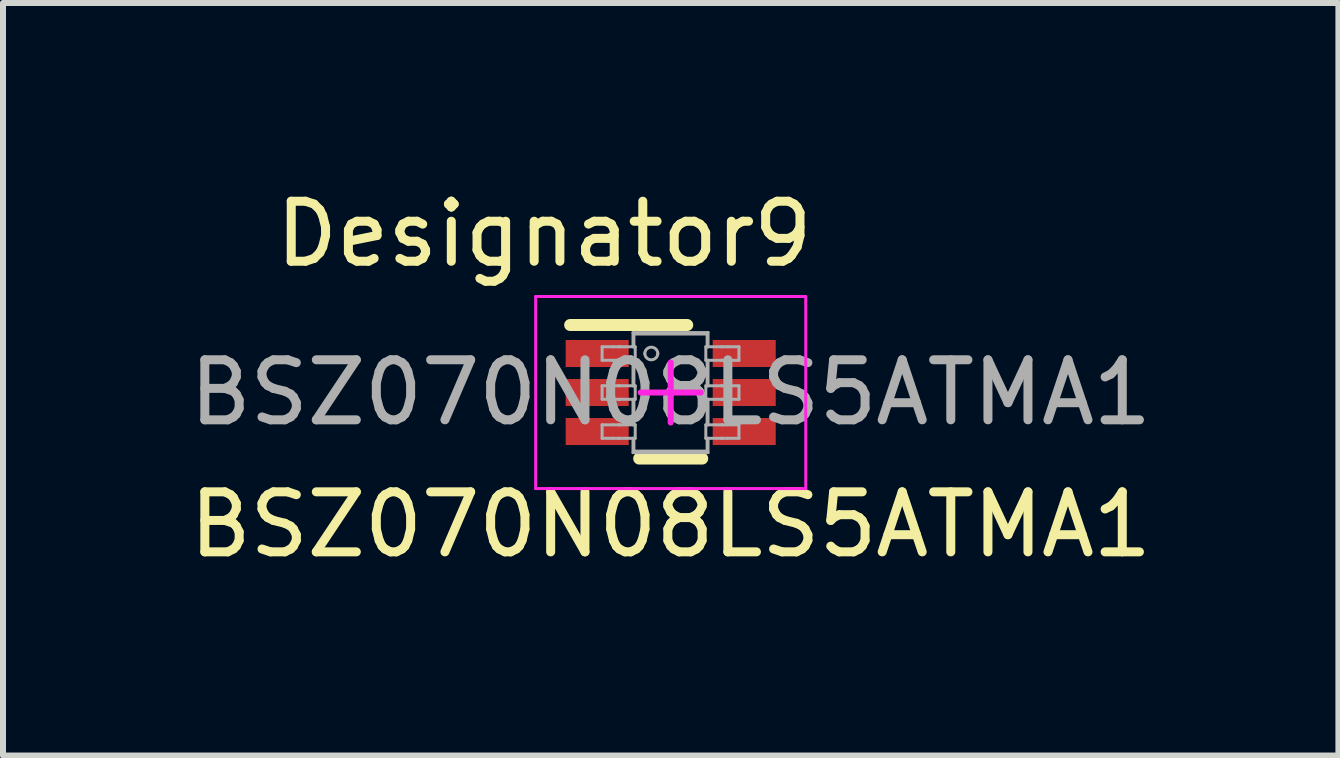
<source format=kicad_pcb>
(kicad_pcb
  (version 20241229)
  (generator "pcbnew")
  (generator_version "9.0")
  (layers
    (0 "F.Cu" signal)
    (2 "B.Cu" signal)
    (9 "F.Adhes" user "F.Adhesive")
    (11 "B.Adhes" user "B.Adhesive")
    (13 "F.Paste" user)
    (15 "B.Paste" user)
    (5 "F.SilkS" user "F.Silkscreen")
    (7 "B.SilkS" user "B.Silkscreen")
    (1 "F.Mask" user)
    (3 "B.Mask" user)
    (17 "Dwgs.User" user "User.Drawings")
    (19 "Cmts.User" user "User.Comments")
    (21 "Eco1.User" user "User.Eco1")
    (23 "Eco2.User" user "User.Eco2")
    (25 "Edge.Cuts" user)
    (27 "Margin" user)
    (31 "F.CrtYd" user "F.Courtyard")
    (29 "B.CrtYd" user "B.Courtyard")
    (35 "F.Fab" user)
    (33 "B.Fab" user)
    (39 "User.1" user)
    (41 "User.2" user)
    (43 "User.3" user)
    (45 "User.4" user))
  (footprint "BSZ070N08LS5ATMA1"
    (layer "F.Cu")
    (at 8.125 3.49)
    (property "Reference" "BSZ070N08LS5ATMA1" (at 0 2.2 0) (unlocked yes) (layer "F.SilkS") (effects (font (size 1 1) (thickness 0.15))))
    (attr smd)
    (fp_line (start -1.675 -1.125) (end 0.275 -1.125) (stroke (width 0.2) (type solid)) (layer "F.SilkS"))
    (fp_line (start -0.525 1.1) (end 0.525 1.1) (stroke (width 0.2) (type solid)) (layer "F.SilkS"))
    (fp_line (start -2.25 -1.6) (end 2.25 -1.6) (stroke (width 0.05) (type solid)) (layer "F.CrtYd"))
    (fp_line (start -2.25 1.6) (end -2.25 -1.6) (stroke (width 0.05) (type solid)) (layer "F.CrtYd"))
    (fp_line (start -2.25 1.6) (end 2.25 1.6) (stroke (width 0.05) (type solid)) (layer "F.CrtYd"))
    (fp_line (start -0.5 0) (end 0.5 0) (stroke (width 0.1) (type solid)) (layer "F.CrtYd"))
    (fp_line (start -0.000003 0.5) (end -0.000003 -0.5) (stroke (width 0.1) (type solid)) (layer "F.CrtYd"))
    (fp_line (start 2.25 1.6) (end 2.25 -1.6) (stroke (width 0.05) (type solid)) (layer "F.CrtYd"))
    (fp_line (start -1.143 -0.762) (end -0.959 -0.762) (stroke (width 0.05) (type solid)) (layer "F.Fab"))
    (fp_line (start -1.143 -0.537) (end -1.143 -0.762) (stroke (width 0.05) (type solid)) (layer "F.Fab"))
    (fp_line (start -1.143 -0.537) (end -0.959 -0.537) (stroke (width 0.05) (type solid)) (layer "F.Fab"))
    (fp_line (start -1.143 -0.112) (end -0.959 -0.112) (stroke (width 0.05) (type solid)) (layer "F.Fab"))
    (fp_line (start -1.143 0.113) (end -1.143 -0.112) (stroke (width 0.05) (type solid)) (layer "F.Fab"))
    (fp_line (start -1.143 0.113) (end -0.959 0.113) (stroke (width 0.05) (type solid)) (layer "F.Fab"))
    (fp_line (start -1.143 0.538) (end -0.959 0.538) (stroke (width 0.05) (type solid)) (layer "F.Fab"))
    (fp_line (start -1.143 0.763) (end -1.143 0.538) (stroke (width 0.05) (type solid)) (layer "F.Fab"))
    (fp_line (start -1.143 0.763) (end -0.959 0.763) (stroke (width 0.05) (type solid)) (layer "F.Fab"))
    (fp_line (start -0.959 -0.762) (end -0.865 -0.762) (stroke (width 0.05) (type solid)) (layer "F.Fab"))
    (fp_line (start -0.959 -0.537) (end -0.865 -0.537) (stroke (width 0.05) (type solid)) (layer "F.Fab"))
    (fp_line (start -0.959 -0.112) (end -0.865 -0.112) (stroke (width 0.05) (type solid)) (layer "F.Fab"))
    (fp_line (start -0.959 0.113) (end -0.865 0.113) (stroke (width 0.05) (type solid)) (layer "F.Fab"))
    (fp_line (start -0.959 0.538) (end -0.865 0.538) (stroke (width 0.05) (type solid)) (layer "F.Fab"))
    (fp_line (start -0.959 0.763) (end -0.865 0.763) (stroke (width 0.05) (type solid)) (layer "F.Fab"))
    (fp_line (start -0.865 -0.762) (end -0.853 -0.762) (stroke (width 0.05) (type solid)) (layer "F.Fab"))
    (fp_line (start -0.865 -0.537) (end -0.853 -0.537) (stroke (width 0.05) (type solid)) (layer "F.Fab"))
    (fp_line (start -0.865 -0.112) (end -0.853 -0.112) (stroke (width 0.05) (type solid)) (layer "F.Fab"))
    (fp_line (start -0.865 0.113) (end -0.853 0.113) (stroke (width 0.05) (type solid)) (layer "F.Fab"))
    (fp_line (start -0.865 0.538) (end -0.853 0.538) (stroke (width 0.05) (type solid)) (layer "F.Fab"))
    (fp_line (start -0.865 0.763) (end -0.853 0.763) (stroke (width 0.05) (type solid)) (layer "F.Fab"))
    (fp_line (start -0.853 -0.762) (end -0.628 -0.762) (stroke (width 0.05) (type solid)) (layer "F.Fab"))
    (fp_line (start -0.853 -0.537) (end -0.628 -0.537) (stroke (width 0.05) (type solid)) (layer "F.Fab"))
    (fp_line (start -0.853 -0.112) (end -0.628 -0.112) (stroke (width 0.05) (type solid)) (layer "F.Fab"))
    (fp_line (start -0.853 0.113) (end -0.628 0.113) (stroke (width 0.05) (type solid)) (layer "F.Fab"))
    (fp_line (start -0.853 0.538) (end -0.628 0.538) (stroke (width 0.05) (type solid)) (layer "F.Fab"))
    (fp_line (start -0.853 0.763) (end -0.628 0.763) (stroke (width 0.05) (type solid)) (layer "F.Fab"))
    (fp_line (start -0.628 -0.999) (end 0.622 -0.999) (stroke (width 0.05) (type solid)) (layer "F.Fab"))
    (fp_line (start -0.628 -0.762) (end -0.628 -0.999) (stroke (width 0.05) (type solid)) (layer "F.Fab"))
    (fp_line (start -0.628 -0.762) (end -0.591 -0.762) (stroke (width 0.05) (type solid)) (layer "F.Fab"))
    (fp_line (start -0.628 -0.537) (end -0.591 -0.537) (stroke (width 0.05) (type solid)) (layer "F.Fab"))
    (fp_line (start -0.628 -0.112) (end -0.628 -0.537) (stroke (width 0.05) (type solid)) (layer "F.Fab"))
    (fp_line (start -0.628 -0.112) (end -0.591 -0.112) (stroke (width 0.05) (type solid)) (layer "F.Fab"))
    (fp_line (start -0.628 0.113) (end -0.591 0.113) (stroke (width 0.05) (type solid)) (layer "F.Fab"))
    (fp_line (start -0.628 0.538) (end -0.628 0.113) (stroke (width 0.05) (type solid)) (layer "F.Fab"))
    (fp_line (start -0.628 0.538) (end -0.591 0.538) (stroke (width 0.05) (type solid)) (layer "F.Fab"))
    (fp_line (start -0.628 0.763) (end -0.591 0.763) (stroke (width 0.05) (type solid)) (layer "F.Fab"))
    (fp_line (start -0.628 1.001) (end -0.628 0.763) (stroke (width 0.05) (type solid)) (layer "F.Fab"))
    (fp_line (start -0.628 1.001) (end 0.622 1.001) (stroke (width 0.05) (type solid)) (layer "F.Fab"))
    (fp_line (start -0.613 -0.974) (end 0.607 -0.974) (stroke (width 0.05) (type solid)) (layer "F.Fab"))
    (fp_line (start -0.613 -0.762) (end -0.613 -0.974) (stroke (width 0.05) (type solid)) (layer "F.Fab"))
    (fp_line (start -0.613 -0.112) (end -0.613 -0.537) (stroke (width 0.05) (type solid)) (layer "F.Fab"))
    (fp_line (start -0.613 0.538) (end -0.613 0.113) (stroke (width 0.05) (type solid)) (layer "F.Fab"))
    (fp_line (start -0.613 0.976) (end -0.613 0.763) (stroke (width 0.05) (type solid)) (layer "F.Fab"))
    (fp_line (start -0.613 0.976) (end 0.607 0.976) (stroke (width 0.05) (type solid)) (layer "F.Fab"))
    (fp_line (start -0.591 -0.537) (end -0.591 -0.762) (stroke (width 0.05) (type solid)) (layer "F.Fab"))
    (fp_line (start -0.591 0.113) (end -0.591 -0.112) (stroke (width 0.05) (type solid)) (layer "F.Fab"))
    (fp_line (start -0.591 0.763) (end -0.591 0.538) (stroke (width 0.05) (type solid)) (layer "F.Fab"))
    (fp_line (start 0.585 -0.762) (end 0.622 -0.762) (stroke (width 0.05) (type solid)) (layer "F.Fab"))
    (fp_line (start 0.585 -0.537) (end 0.585 -0.762) (stroke (width 0.05) (type solid)) (layer "F.Fab"))
    (fp_line (start 0.585 -0.537) (end 0.622 -0.537) (stroke (width 0.05) (type solid)) (layer "F.Fab"))
    (fp_line (start 0.585 -0.112) (end 0.622 -0.112) (stroke (width 0.05) (type solid)) (layer "F.Fab"))
    (fp_line (start 0.585 0.113) (end 0.585 -0.112) (stroke (width 0.05) (type solid)) (layer "F.Fab"))
    (fp_line (start 0.585 0.113) (end 0.622 0.113) (stroke (width 0.05) (type solid)) (layer "F.Fab"))
    (fp_line (start 0.585 0.538) (end 0.622 0.538) (stroke (width 0.05) (type solid)) (layer "F.Fab"))
    (fp_line (start 0.585 0.763) (end 0.585 0.538) (stroke (width 0.05) (type solid)) (layer "F.Fab"))
    (fp_line (start 0.585 0.763) (end 0.622 0.763) (stroke (width 0.05) (type solid)) (layer "F.Fab"))
    (fp_line (start 0.607 -0.762) (end 0.607 -0.974) (stroke (width 0.05) (type solid)) (layer "F.Fab"))
    (fp_line (start 0.607 -0.112) (end 0.607 -0.537) (stroke (width 0.05) (type solid)) (layer "F.Fab"))
    (fp_line (start 0.607 0.538) (end 0.607 0.113) (stroke (width 0.05) (type solid)) (layer "F.Fab"))
    (fp_line (start 0.607 0.976) (end 0.607 0.763) (stroke (width 0.05) (type solid)) (layer "F.Fab"))
    (fp_line (start 0.622 -0.762) (end 0.622 -0.999) (stroke (width 0.05) (type solid)) (layer "F.Fab"))
    (fp_line (start 0.622 -0.762) (end 0.847 -0.762) (stroke (width 0.05) (type solid)) (layer "F.Fab"))
    (fp_line (start 0.622 -0.537) (end 0.847 -0.537) (stroke (width 0.05) (type solid)) (layer "F.Fab"))
    (fp_line (start 0.622 -0.112) (end 0.622 -0.537) (stroke (width 0.05) (type solid)) (layer "F.Fab"))
    (fp_line (start 0.622 -0.112) (end 0.847 -0.112) (stroke (width 0.05) (type solid)) (layer "F.Fab"))
    (fp_line (start 0.622 0.113) (end 0.847 0.113) (stroke (width 0.05) (type solid)) (layer "F.Fab"))
    (fp_line (start 0.622 0.538) (end 0.622 0.113) (stroke (width 0.05) (type solid)) (layer "F.Fab"))
    (fp_line (start 0.622 0.538) (end 0.847 0.538) (stroke (width 0.05) (type solid)) (layer "F.Fab"))
    (fp_line (start 0.622 0.763) (end 0.847 0.763) (stroke (width 0.05) (type solid)) (layer "F.Fab"))
    (fp_line (start 0.622 1.001) (end 0.622 0.763) (stroke (width 0.05) (type solid)) (layer "F.Fab"))
    (fp_line (start 0.847 -0.762) (end 0.859 -0.762) (stroke (width 0.05) (type solid)) (layer "F.Fab"))
    (fp_line (start 0.847 -0.537) (end 0.859 -0.537) (stroke (width 0.05) (type solid)) (layer "F.Fab"))
    (fp_line (start 0.847 -0.112) (end 0.859 -0.112) (stroke (width 0.05) (type solid)) (layer "F.Fab"))
    (fp_line (start 0.847 0.113) (end 0.859 0.113) (stroke (width 0.05) (type solid)) (layer "F.Fab"))
    (fp_line (start 0.847 0.538) (end 0.859 0.538) (stroke (width 0.05) (type solid)) (layer "F.Fab"))
    (fp_line (start 0.847 0.763) (end 0.859 0.763) (stroke (width 0.05) (type solid)) (layer "F.Fab"))
    (fp_line (start 0.859 -0.762) (end 0.953 -0.762) (stroke (width 0.05) (type solid)) (layer "F.Fab"))
    (fp_line (start 0.859 -0.537) (end 0.953 -0.537) (stroke (width 0.05) (type solid)) (layer "F.Fab"))
    (fp_line (start 0.859 -0.112) (end 0.953 -0.112) (stroke (width 0.05) (type solid)) (layer "F.Fab"))
    (fp_line (start 0.859 0.113) (end 0.953 0.113) (stroke (width 0.05) (type solid)) (layer "F.Fab"))
    (fp_line (start 0.859 0.538) (end 0.953 0.538) (stroke (width 0.05) (type solid)) (layer "F.Fab"))
    (fp_line (start 0.859 0.763) (end 0.953 0.763) (stroke (width 0.05) (type solid)) (layer "F.Fab"))
    (fp_line (start 0.953 -0.762) (end 1.137 -0.762) (stroke (width 0.05) (type solid)) (layer "F.Fab"))
    (fp_line (start 0.953 -0.537) (end 1.137 -0.537) (stroke (width 0.05) (type solid)) (layer "F.Fab"))
    (fp_line (start 0.953 -0.112) (end 1.137 -0.112) (stroke (width 0.05) (type solid)) (layer "F.Fab"))
    (fp_line (start 0.953 0.113) (end 1.137 0.113) (stroke (width 0.05) (type solid)) (layer "F.Fab"))
    (fp_line (start 0.953 0.538) (end 1.137 0.538) (stroke (width 0.05) (type solid)) (layer "F.Fab"))
    (fp_line (start 0.953 0.763) (end 1.137 0.763) (stroke (width 0.05) (type solid)) (layer "F.Fab"))
    (fp_line (start 1.137 -0.537) (end 1.137 -0.762) (stroke (width 0.05) (type solid)) (layer "F.Fab"))
    (fp_line (start 1.137 0.113) (end 1.137 -0.112) (stroke (width 0.05) (type solid)) (layer "F.Fab"))
    (fp_line (start 1.137 0.763) (end 1.137 0.538) (stroke (width 0.05) (type solid)) (layer "F.Fab"))
    (fp_arc (start -0.431546 -0.650138) (mid -0.323177 -0.758507) (end -0.214808 -0.650138) (stroke (width 0.05) (type solid)) (layer "F.Fab"))
    (fp_arc (start -0.214808 -0.650138) (mid -0.323177 -0.541769) (end -0.431546 -0.650138) (stroke (width 0.05) (type solid)) (layer "F.Fab"))
    (fp_text user "Designator9" (at -2.108 -2.642 0) (unlocked yes) (layer "F.SilkS") (effects (font (size 1 1) (thickness 0.15))))
    (fp_text user "${REFERENCE}" (at 0 0 0) (unlocked yes) (layer "F.Fab") (effects (font (size 1 1) (thickness 0.15))))
    (pad "1" smd rect (at -1.225 -0.65 90) (size 0.45 1.05) (layers "F.Cu" "F.Mask" "F.Paste"))
    (pad "2" smd rect (at -1.225 0 90) (size 0.45 1.05) (layers "F.Cu" "F.Mask" "F.Paste"))
    (pad "3" smd rect (at -1.225 0.65 90) (size 0.45 1.05) (layers "F.Cu" "F.Mask" "F.Paste"))
    (pad "4" smd rect (at 1.225 0.65 90) (size 0.45 1.05) (layers "F.Cu" "F.Mask" "F.Paste"))
    (pad "5" smd rect (at 1.225 0 90) (size 0.45 1.05) (layers "F.Cu" "F.Mask" "F.Paste"))
    (pad "6" smd rect (at 1.225 -0.65 90) (size 0.45 1.05) (layers "F.Cu" "F.Mask" "F.Paste")))
  (gr_rect
    (start -3 -3)
    (end 19.25 9.538)
    (stroke (width 0.1) (type default))
    (fill no)
    (layer "Edge.Cuts")))
</source>
